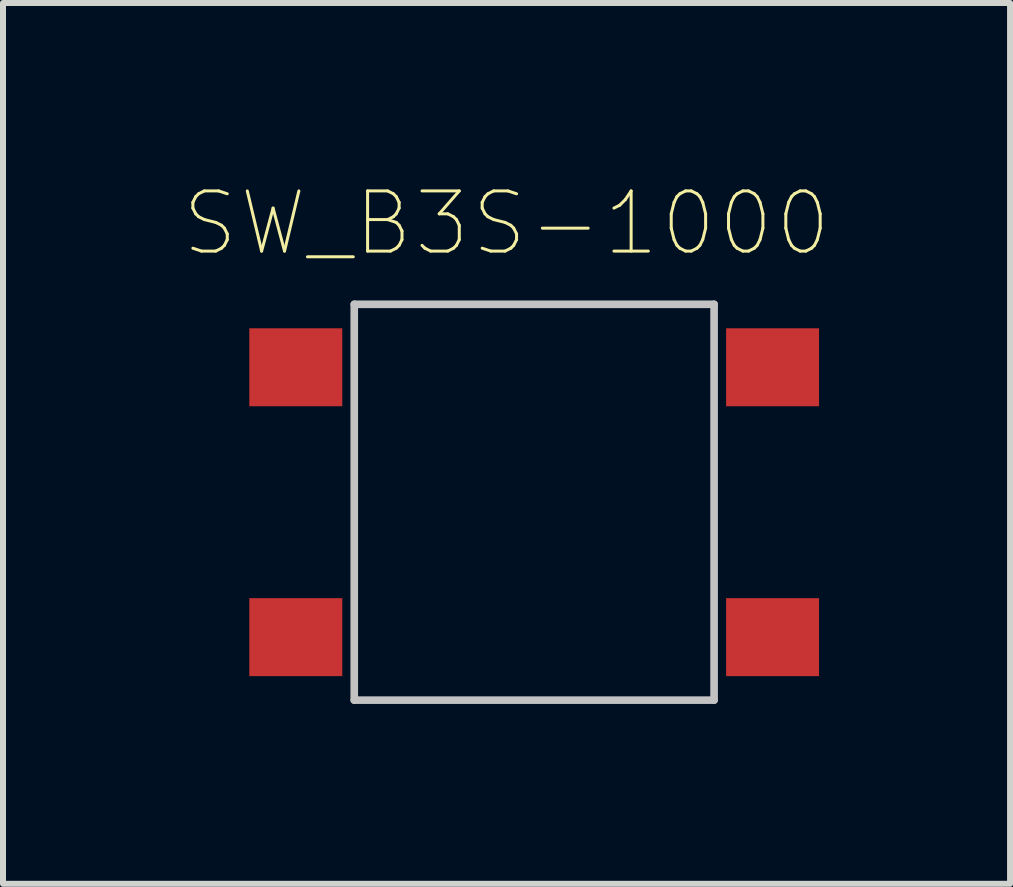
<source format=kicad_pcb>
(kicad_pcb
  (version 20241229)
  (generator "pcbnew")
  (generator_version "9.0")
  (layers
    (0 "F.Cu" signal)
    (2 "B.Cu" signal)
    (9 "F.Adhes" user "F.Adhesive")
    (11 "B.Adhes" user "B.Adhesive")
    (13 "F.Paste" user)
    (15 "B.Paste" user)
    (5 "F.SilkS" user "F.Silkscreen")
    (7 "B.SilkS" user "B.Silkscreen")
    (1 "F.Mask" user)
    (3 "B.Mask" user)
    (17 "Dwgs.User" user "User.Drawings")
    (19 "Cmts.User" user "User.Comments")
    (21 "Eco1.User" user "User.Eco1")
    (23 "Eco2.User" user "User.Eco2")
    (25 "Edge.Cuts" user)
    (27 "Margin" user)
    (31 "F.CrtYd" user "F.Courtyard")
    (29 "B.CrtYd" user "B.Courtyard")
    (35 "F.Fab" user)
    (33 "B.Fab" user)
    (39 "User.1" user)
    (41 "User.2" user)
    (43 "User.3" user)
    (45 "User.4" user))
  (footprint "SW_B3S-1000"
    (layer "F.Cu")
    (at 5.857 5.324)
    (property "Reference" "SW_B3S-1000" (at -0.461 -4.649 0) (layer "F.SilkS") (effects (font (size 1.003 1.003) (thickness 0.05))))
    (attr smd)
    (fp_line (start -3 -3.3) (end -3 3.3) (stroke (width 0.127) (type solid)) (layer "Dwgs.User"))
    (fp_line (start -3 3.3) (end 3 3.3) (stroke (width 0.127) (type solid)) (layer "Dwgs.User"))
    (fp_line (start 3 -3.3) (end -3 -3.3) (stroke (width 0.127) (type solid)) (layer "Dwgs.User"))
    (fp_line (start 3 3.3) (end 3 -3.3) (stroke (width 0.127) (type solid)) (layer "Dwgs.User"))
    (pad "1" smd rect (at 3.975 2.25) (size 1.55 1.3) (layers "F.Cu" "F.Mask" "F.Paste"))
    (pad "2" smd rect (at -3.975 2.25) (size 1.55 1.3) (layers "F.Cu" "F.Mask" "F.Paste"))
    (pad "3" smd rect (at 3.975 -2.25) (size 1.55 1.3) (layers "F.Cu" "F.Mask" "F.Paste"))
    (pad "4" smd rect (at -3.975 -2.25) (size 1.55 1.3) (layers "F.Cu" "F.Mask" "F.Paste")))
  (gr_rect
    (start -3 -3)
    (end 13.792 11.687)
    (stroke (width 0.1) (type default))
    (fill no)
    (layer "Edge.Cuts")))
</source>
